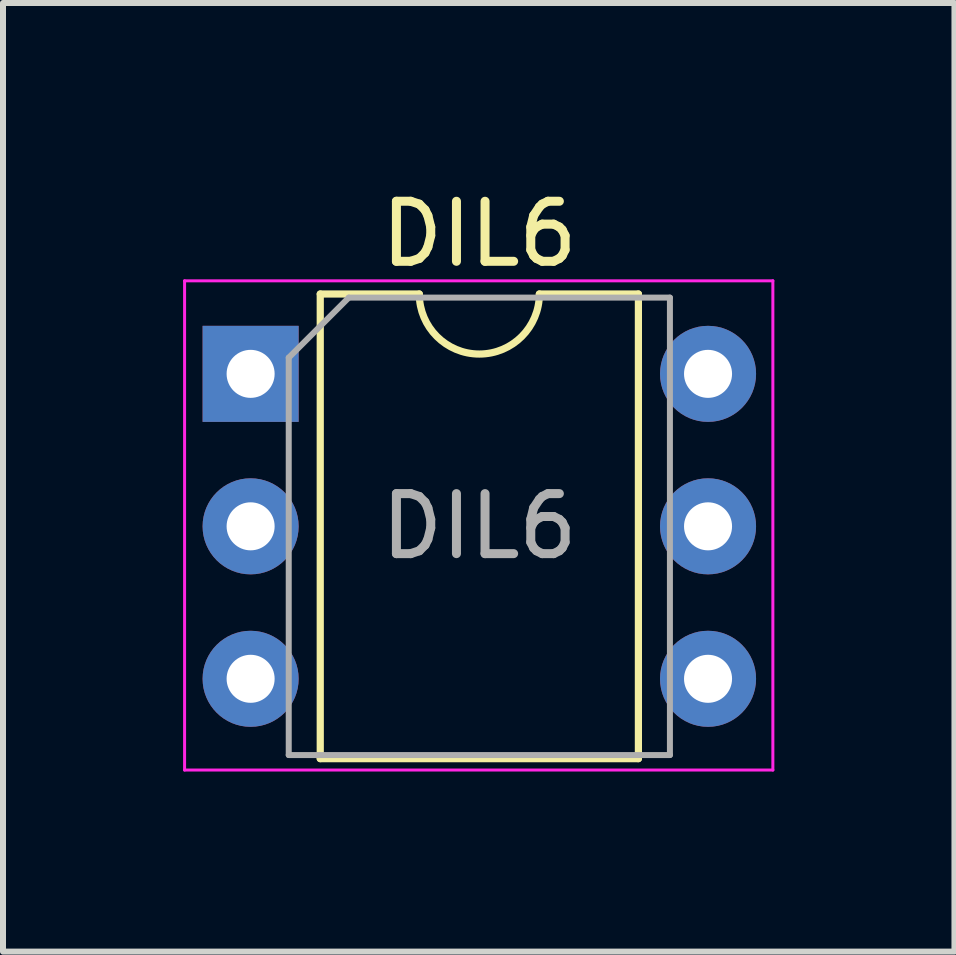
<source format=kicad_pcb>
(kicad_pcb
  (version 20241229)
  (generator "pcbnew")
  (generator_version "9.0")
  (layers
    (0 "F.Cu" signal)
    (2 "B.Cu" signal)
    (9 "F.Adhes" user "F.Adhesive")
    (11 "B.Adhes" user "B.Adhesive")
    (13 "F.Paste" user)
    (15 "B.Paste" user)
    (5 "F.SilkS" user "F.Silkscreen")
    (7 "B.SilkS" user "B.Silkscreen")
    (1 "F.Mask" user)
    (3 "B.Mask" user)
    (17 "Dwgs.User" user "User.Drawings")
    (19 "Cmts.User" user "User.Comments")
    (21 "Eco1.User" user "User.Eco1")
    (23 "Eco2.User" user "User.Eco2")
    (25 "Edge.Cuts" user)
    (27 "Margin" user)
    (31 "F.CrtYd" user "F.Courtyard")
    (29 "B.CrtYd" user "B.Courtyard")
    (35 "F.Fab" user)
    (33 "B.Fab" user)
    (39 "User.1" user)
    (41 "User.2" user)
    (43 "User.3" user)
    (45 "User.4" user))
  (footprint "DIL6"
    (layer "F.Cu")
    (at 1.125 3.178)
    (property "Reference" "DIL6" (at 3.81 -2.33 0) (layer "F.SilkS") (effects (font (size 1 1) (thickness 0.15))))
    (attr through_hole)
    (fp_line (start 1.16 -1.33) (end 1.16 6.41) (stroke (width 0.12) (type solid)) (layer "F.SilkS"))
    (fp_line (start 1.16 6.41) (end 6.46 6.41) (stroke (width 0.12) (type solid)) (layer "F.SilkS"))
    (fp_line (start 2.81 -1.33) (end 1.16 -1.33) (stroke (width 0.12) (type solid)) (layer "F.SilkS"))
    (fp_line (start 6.46 -1.33) (end 4.81 -1.33) (stroke (width 0.12) (type solid)) (layer "F.SilkS"))
    (fp_line (start 6.46 6.41) (end 6.46 -1.33) (stroke (width 0.12) (type solid)) (layer "F.SilkS"))
    (fp_arc (start 4.81 -1.33) (mid 3.81 -0.33) (end 2.81 -1.33) (stroke (width 0.12) (type solid)) (layer "F.SilkS"))
    (fp_line (start -1.1 -1.55) (end -1.1 6.6) (stroke (width 0.05) (type solid)) (layer "F.CrtYd"))
    (fp_line (start -1.1 6.6) (end 8.7 6.6) (stroke (width 0.05) (type solid)) (layer "F.CrtYd"))
    (fp_line (start 8.7 -1.55) (end -1.1 -1.55) (stroke (width 0.05) (type solid)) (layer "F.CrtYd"))
    (fp_line (start 8.7 6.6) (end 8.7 -1.55) (stroke (width 0.05) (type solid)) (layer "F.CrtYd"))
    (fp_line (start 0.635 -0.27) (end 1.635 -1.27) (stroke (width 0.1) (type solid)) (layer "F.Fab"))
    (fp_line (start 0.635 6.35) (end 0.635 -0.27) (stroke (width 0.1) (type solid)) (layer "F.Fab"))
    (fp_line (start 1.635 -1.27) (end 6.985 -1.27) (stroke (width 0.1) (type solid)) (layer "F.Fab"))
    (fp_line (start 6.985 -1.27) (end 6.985 6.35) (stroke (width 0.1) (type solid)) (layer "F.Fab"))
    (fp_line (start 6.985 6.35) (end 0.635 6.35) (stroke (width 0.1) (type solid)) (layer "F.Fab"))
    (fp_text user "${REFERENCE}" (at 3.81 2.54 0) (layer "F.Fab") (effects (font (size 1 1) (thickness 0.15))))
    (pad "1" thru_hole rect (at 0 0) (size 1.6 1.6) (drill 0.8) (layers "*.Cu" "*.Mask"))
    (pad "2" thru_hole oval (at 0 2.54) (size 1.6 1.6) (drill 0.8) (layers "*.Cu" "*.Mask"))
    (pad "3" thru_hole oval (at 0 5.08) (size 1.6 1.6) (drill 0.8) (layers "*.Cu" "*.Mask"))
    (pad "4" thru_hole oval (at 7.62 5.08) (size 1.6 1.6) (drill 0.8) (layers "*.Cu" "*.Mask"))
    (pad "5" thru_hole oval (at 7.62 2.54) (size 1.6 1.6) (drill 0.8) (layers "*.Cu" "*.Mask"))
    (pad "6" thru_hole oval (at 7.62 0) (size 1.6 1.6) (drill 0.8) (layers "*.Cu" "*.Mask")))
  (gr_rect
    (start -3 -3)
    (end 12.85 12.803)
    (stroke (width 0.1) (type default))
    (fill no)
    (layer "Edge.Cuts")))
</source>
